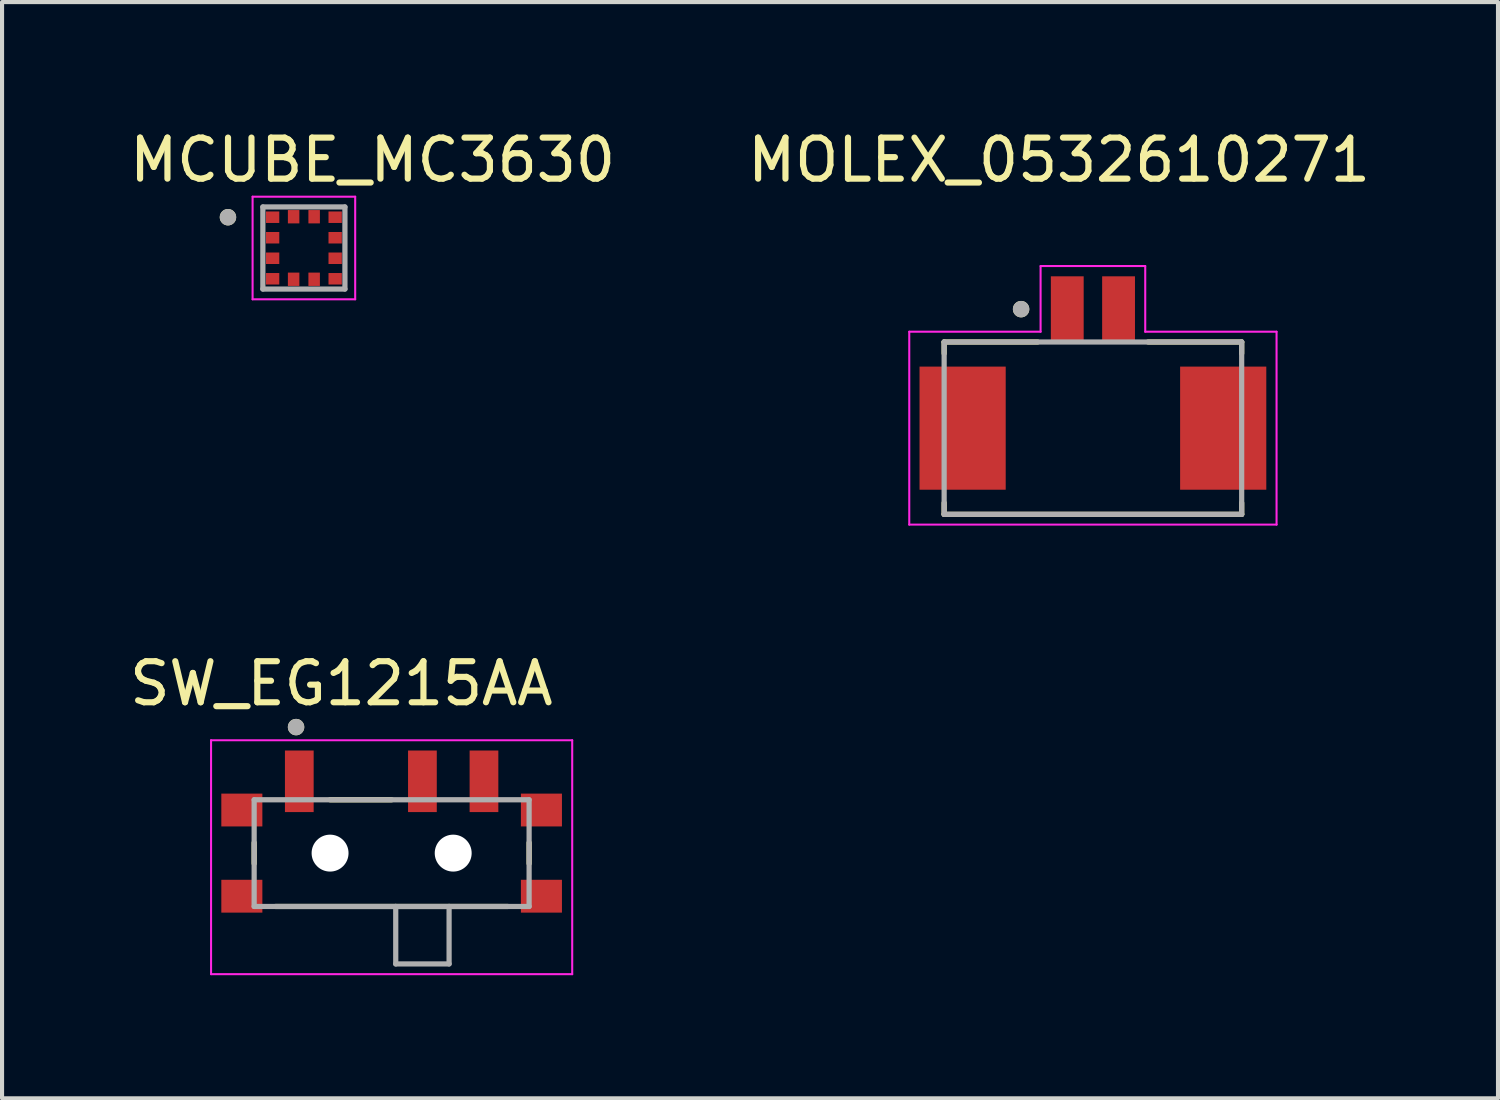
<source format=kicad_pcb>
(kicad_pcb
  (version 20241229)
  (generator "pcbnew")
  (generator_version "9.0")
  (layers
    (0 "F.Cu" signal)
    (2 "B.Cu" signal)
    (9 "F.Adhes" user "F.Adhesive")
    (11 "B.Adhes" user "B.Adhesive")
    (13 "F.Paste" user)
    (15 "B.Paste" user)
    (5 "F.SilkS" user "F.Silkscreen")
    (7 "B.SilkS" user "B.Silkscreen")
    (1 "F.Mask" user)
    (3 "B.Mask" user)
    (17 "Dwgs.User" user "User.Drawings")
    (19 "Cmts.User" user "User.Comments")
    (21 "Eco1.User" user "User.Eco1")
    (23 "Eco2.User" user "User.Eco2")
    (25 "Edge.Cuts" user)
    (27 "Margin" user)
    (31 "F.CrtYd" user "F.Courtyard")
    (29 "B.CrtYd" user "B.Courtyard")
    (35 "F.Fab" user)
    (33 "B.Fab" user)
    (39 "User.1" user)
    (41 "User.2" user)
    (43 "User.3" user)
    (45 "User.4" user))
  (footprint "MOLEX_0532610271"
    (layer "F.Cu")
    (at 23.581 4.483)
    (property "Reference" "MOLEX_0532610271" (at -0.825 -3.635 0) (layer "F.SilkS") (effects (font (size 1 1) (thickness 0.15))))
    (attr smd)
    (fp_line (start -3.625 0.8) (end -3.625 1.08) (stroke (width 0.127) (type solid)) (layer "F.SilkS"))
    (fp_line (start -3.625 0.8) (end -1.345 0.8) (stroke (width 0.127) (type solid)) (layer "F.SilkS"))
    (fp_line (start -3.625 5) (end -3.625 4.72) (stroke (width 0.127) (type solid)) (layer "F.SilkS"))
    (fp_line (start -3.625 5) (end 3.625 5) (stroke (width 0.127) (type solid)) (layer "F.SilkS"))
    (fp_line (start 1.345 0.8) (end 3.625 0.8) (stroke (width 0.127) (type solid)) (layer "F.SilkS"))
    (fp_line (start 3.625 0.8) (end 3.625 1.08) (stroke (width 0.127) (type solid)) (layer "F.SilkS"))
    (fp_line (start 3.625 5) (end 3.625 4.72) (stroke (width 0.127) (type solid)) (layer "F.SilkS"))
    (fp_circle (center -1.75 0) (end -1.65 0) (stroke (width 0.2) (type solid)) (fill no) (layer "F.SilkS"))
    (fp_line (start -4.475 0.55) (end -1.275 0.55) (stroke (width 0.05) (type solid)) (layer "F.CrtYd"))
    (fp_line (start -4.475 5.25) (end -4.475 0.55) (stroke (width 0.05) (type solid)) (layer "F.CrtYd"))
    (fp_line (start -1.275 -1.05) (end 1.275 -1.05) (stroke (width 0.05) (type solid)) (layer "F.CrtYd"))
    (fp_line (start -1.275 0.55) (end -1.275 -1.05) (stroke (width 0.05) (type solid)) (layer "F.CrtYd"))
    (fp_line (start 1.275 -1.05) (end 1.275 0.55) (stroke (width 0.05) (type solid)) (layer "F.CrtYd"))
    (fp_line (start 1.275 0.55) (end 4.475 0.55) (stroke (width 0.05) (type solid)) (layer "F.CrtYd"))
    (fp_line (start 4.475 0.55) (end 4.475 5.25) (stroke (width 0.05) (type solid)) (layer "F.CrtYd"))
    (fp_line (start 4.475 5.25) (end -4.475 5.25) (stroke (width 0.05) (type solid)) (layer "F.CrtYd"))
    (fp_line (start -3.625 0.8) (end 3.625 0.8) (stroke (width 0.127) (type solid)) (layer "F.Fab"))
    (fp_line (start -3.625 5) (end -3.625 0.8) (stroke (width 0.127) (type solid)) (layer "F.Fab"))
    (fp_line (start 3.625 0.8) (end 3.625 5) (stroke (width 0.127) (type solid)) (layer "F.Fab"))
    (fp_line (start 3.625 5) (end -3.625 5) (stroke (width 0.127) (type solid)) (layer "F.Fab"))
    (fp_circle (center -1.75 0) (end -1.65 0) (stroke (width 0.2) (type solid)) (fill no) (layer "F.Fab"))
    (pad "1" smd rect (at -0.625 0) (size 0.8 1.6) (layers "F.Cu" "F.Mask" "F.Paste"))
    (pad "2" smd rect (at 0.625 0) (size 0.8 1.6) (layers "F.Cu" "F.Mask" "F.Paste"))
    (pad "S1" smd rect (at -3.175 2.9) (size 2.1 3) (layers "F.Cu" "F.Mask" "F.Paste"))
    (pad "S2" smd rect (at 3.175 2.9) (size 2.1 3) (layers "F.Cu" "F.Mask" "F.Paste")))
  (footprint "MCUBE_MC3630"
    (layer "F.Cu")
    (at 4.355 2.993)
    (property "Reference" "MCUBE_MC3630" (at 1.675 -2.145 0) (layer "F.SilkS") (effects (font (size 1 1) (thickness 0.15))))
    (attr through_hole)
    (fp_poly (pts (xy -0.975 -0.94) (xy -0.55 -0.94) (xy -0.55 -0.56) (xy -0.975 -0.56)) (stroke (width 0.01) (type solid)) (fill yes) (layer "F.Mask"))
    (fp_poly (pts (xy -0.975 -0.44) (xy -0.55 -0.44) (xy -0.55 -0.06) (xy -0.975 -0.06)) (stroke (width 0.01) (type solid)) (fill yes) (layer "F.Mask"))
    (fp_poly (pts (xy -0.975 0.06) (xy -0.55 0.06) (xy -0.55 0.44) (xy -0.975 0.44)) (stroke (width 0.01) (type solid)) (fill yes) (layer "F.Mask"))
    (fp_poly (pts (xy -0.975 0.56) (xy -0.55 0.56) (xy -0.55 0.94) (xy -0.975 0.94)) (stroke (width 0.01) (type solid)) (fill yes) (layer "F.Mask"))
    (fp_poly (pts (xy -0.44 -0.975) (xy -0.06 -0.975) (xy -0.06 -0.55) (xy -0.44 -0.55)) (stroke (width 0.01) (type solid)) (fill yes) (layer "F.Mask"))
    (fp_poly (pts (xy -0.44 0.55) (xy -0.06 0.55) (xy -0.06 0.975) (xy -0.44 0.975)) (stroke (width 0.01) (type solid)) (fill yes) (layer "F.Mask"))
    (fp_poly (pts (xy 0.06 -0.975) (xy 0.44 -0.975) (xy 0.44 -0.55) (xy 0.06 -0.55)) (stroke (width 0.01) (type solid)) (fill yes) (layer "F.Mask"))
    (fp_poly (pts (xy 0.06 0.55) (xy 0.44 0.55) (xy 0.44 0.975) (xy 0.06 0.975)) (stroke (width 0.01) (type solid)) (fill yes) (layer "F.Mask"))
    (fp_poly (pts (xy 0.55 -0.94) (xy 0.975 -0.94) (xy 0.975 -0.56) (xy 0.55 -0.56)) (stroke (width 0.01) (type solid)) (fill yes) (layer "F.Mask"))
    (fp_poly (pts (xy 0.55 -0.44) (xy 0.975 -0.44) (xy 0.975 -0.06) (xy 0.55 -0.06)) (stroke (width 0.01) (type solid)) (fill yes) (layer "F.Mask"))
    (fp_poly (pts (xy 0.55 0.06) (xy 0.975 0.06) (xy 0.975 0.44) (xy 0.55 0.44)) (stroke (width 0.01) (type solid)) (fill yes) (layer "F.Mask"))
    (fp_poly (pts (xy 0.55 0.56) (xy 0.975 0.56) (xy 0.975 0.94) (xy 0.55 0.94)) (stroke (width 0.01) (type solid)) (fill yes) (layer "F.Mask"))
    (fp_circle (center -1.85 -0.75) (end -1.75 -0.75) (stroke (width 0.2) (type solid)) (fill no) (layer "F.SilkS"))
    (fp_line (start -1.25 -1.25) (end 1.25 -1.25) (stroke (width 0.05) (type solid)) (layer "F.CrtYd"))
    (fp_line (start -1.25 1.25) (end -1.25 -1.25) (stroke (width 0.05) (type solid)) (layer "F.CrtYd"))
    (fp_line (start 1.25 -1.25) (end 1.25 1.25) (stroke (width 0.05) (type solid)) (layer "F.CrtYd"))
    (fp_line (start 1.25 1.25) (end -1.25 1.25) (stroke (width 0.05) (type solid)) (layer "F.CrtYd"))
    (fp_line (start -1 -1) (end -1 1) (stroke (width 0.127) (type solid)) (layer "F.Fab"))
    (fp_line (start -1 1) (end 1 1) (stroke (width 0.127) (type solid)) (layer "F.Fab"))
    (fp_line (start 1 -1) (end -1 -1) (stroke (width 0.127) (type solid)) (layer "F.Fab"))
    (fp_line (start 1 1) (end 1 -1) (stroke (width 0.127) (type solid)) (layer "F.Fab"))
    (fp_circle (center -1.85 -0.75) (end -1.75 -0.75) (stroke (width 0.2) (type solid)) (fill no) (layer "F.Fab"))
    (pad "1" smd rect (at -0.762 -0.75) (size 0.325 0.28) (layers "F.Cu" "F.Paste"))
    (pad "2" smd rect (at -0.762 -0.25) (size 0.325 0.28) (layers "F.Cu" "F.Paste"))
    (pad "3" smd rect (at -0.762 0.25) (size 0.325 0.28) (layers "F.Cu" "F.Paste"))
    (pad "4" smd rect (at -0.762 0.75) (size 0.325 0.28) (layers "F.Cu" "F.Paste"))
    (pad "5" smd rect (at -0.25 0.762 90) (size 0.325 0.28) (layers "F.Cu" "F.Paste"))
    (pad "6" smd rect (at 0.25 0.762 90) (size 0.325 0.28) (layers "F.Cu" "F.Paste"))
    (pad "7" smd rect (at 0.762 0.75) (size 0.325 0.28) (layers "F.Cu" "F.Paste"))
    (pad "8" smd rect (at 0.762 0.25) (size 0.325 0.28) (layers "F.Cu" "F.Paste"))
    (pad "9" smd rect (at 0.762 -0.25) (size 0.325 0.28) (layers "F.Cu" "F.Paste"))
    (pad "10" smd rect (at 0.762 -0.75) (size 0.325 0.28) (layers "F.Cu" "F.Paste"))
    (pad "11" smd rect (at 0.25 -0.762 90) (size 0.325 0.28) (layers "F.Cu" "F.Paste"))
    (pad "12" smd rect (at -0.25 -0.762 90) (size 0.325 0.28) (layers "F.Cu" "F.Paste")))
  (footprint "SW_EG1215AA"
    (layer "F.Cu")
    (at 6.493 17.738)
    (property "Reference" "SW_EG1215AA" (at -1.225 -4.131 0) (layer "F.SilkS") (effects (font (size 1 1) (thickness 0.15))))
    (attr smd)
    (fp_line (start -3.35 -0.254) (end -3.35 0.254) (stroke (width 0.127) (type solid)) (layer "F.SilkS"))
    (fp_line (start -2.83 1.3) (end 2.83 1.3) (stroke (width 0.127) (type solid)) (layer "F.SilkS"))
    (fp_line (start -1.5 -1.3) (end 0 -1.3) (stroke (width 0.127) (type solid)) (layer "F.SilkS"))
    (fp_line (start 3.35 -0.254) (end 3.35 0.254) (stroke (width 0.127) (type solid)) (layer "F.SilkS"))
    (fp_circle (center -2.329 -3.071) (end -2.229 -3.071) (stroke (width 0.2) (type solid)) (fill no) (layer "F.SilkS"))
    (fp_line (start -4.4 -2.75) (end -4.4 2.95) (stroke (width 0.05) (type solid)) (layer "F.CrtYd"))
    (fp_line (start -4.4 2.95) (end 4.4 2.95) (stroke (width 0.05) (type solid)) (layer "F.CrtYd"))
    (fp_line (start 4.4 -2.75) (end -4.4 -2.75) (stroke (width 0.05) (type solid)) (layer "F.CrtYd"))
    (fp_line (start 4.4 2.95) (end 4.4 -2.75) (stroke (width 0.05) (type solid)) (layer "F.CrtYd"))
    (fp_line (start -3.35 -1.3) (end 3.35 -1.3) (stroke (width 0.127) (type solid)) (layer "F.Fab"))
    (fp_line (start -3.35 1.3) (end -3.35 -1.3) (stroke (width 0.127) (type solid)) (layer "F.Fab"))
    (fp_line (start 0.1 1.3) (end -3.35 1.3) (stroke (width 0.127) (type solid)) (layer "F.Fab"))
    (fp_line (start 0.1 1.3) (end 0.1 2.7) (stroke (width 0.127) (type solid)) (layer "F.Fab"))
    (fp_line (start 0.1 1.3) (end 1.4 1.3) (stroke (width 0.127) (type solid)) (layer "F.Fab"))
    (fp_line (start 0.1 2.7) (end 1.4 2.7) (stroke (width 0.127) (type solid)) (layer "F.Fab"))
    (fp_line (start 1.4 2.7) (end 1.4 1.3) (stroke (width 0.127) (type solid)) (layer "F.Fab"))
    (fp_line (start 3.35 -1.3) (end 3.35 1.3) (stroke (width 0.127) (type solid)) (layer "F.Fab"))
    (fp_line (start 3.35 1.3) (end 1.4 1.3) (stroke (width 0.127) (type solid)) (layer "F.Fab"))
    (fp_circle (center -2.329 -3.071) (end -2.229 -3.071) (stroke (width 0.2) (type solid)) (fill no) (layer "F.Fab"))
    (pad "" np_thru_hole circle (at -1.5 0) (size 0.9 0.9) (drill 0.9) (layers "*.Cu" "*.Mask"))
    (pad "" np_thru_hole circle (at 1.5 0) (size 0.9 0.9) (drill 0.9) (layers "*.Cu" "*.Mask"))
    (pad "1" smd rect (at -2.25 -1.75) (size 0.7 1.5) (layers "F.Cu" "F.Mask" "F.Paste"))
    (pad "2" smd rect (at 0.75 -1.75) (size 0.7 1.5) (layers "F.Cu" "F.Mask" "F.Paste"))
    (pad "3" smd rect (at 2.25 -1.75) (size 0.7 1.5) (layers "F.Cu" "F.Mask" "F.Paste"))
    (pad "S1" smd rect (at -3.65 -1.05) (size 1 0.8) (layers "F.Cu" "F.Mask" "F.Paste"))
    (pad "S2" smd rect (at -3.65 1.05) (size 1 0.8) (layers "F.Cu" "F.Mask" "F.Paste"))
    (pad "S3" smd rect (at 3.65 1.05) (size 1 0.8) (layers "F.Cu" "F.Mask" "F.Paste"))
    (pad "S4" smd rect (at 3.65 -1.05) (size 1 0.8) (layers "F.Cu" "F.Mask" "F.Paste")))
  (gr_rect
    (start -3 -3)
    (end 33.452 23.712)
    (stroke (width 0.1) (type default))
    (fill no)
    (layer "Edge.Cuts")))
</source>
